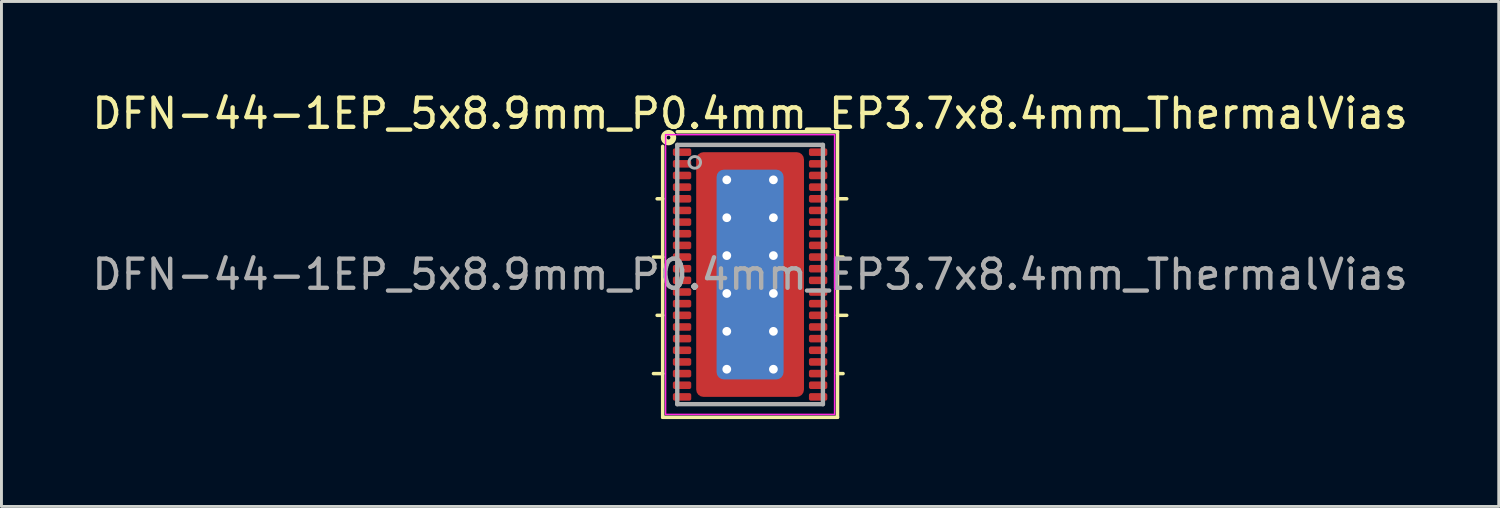
<source format=kicad_pcb>
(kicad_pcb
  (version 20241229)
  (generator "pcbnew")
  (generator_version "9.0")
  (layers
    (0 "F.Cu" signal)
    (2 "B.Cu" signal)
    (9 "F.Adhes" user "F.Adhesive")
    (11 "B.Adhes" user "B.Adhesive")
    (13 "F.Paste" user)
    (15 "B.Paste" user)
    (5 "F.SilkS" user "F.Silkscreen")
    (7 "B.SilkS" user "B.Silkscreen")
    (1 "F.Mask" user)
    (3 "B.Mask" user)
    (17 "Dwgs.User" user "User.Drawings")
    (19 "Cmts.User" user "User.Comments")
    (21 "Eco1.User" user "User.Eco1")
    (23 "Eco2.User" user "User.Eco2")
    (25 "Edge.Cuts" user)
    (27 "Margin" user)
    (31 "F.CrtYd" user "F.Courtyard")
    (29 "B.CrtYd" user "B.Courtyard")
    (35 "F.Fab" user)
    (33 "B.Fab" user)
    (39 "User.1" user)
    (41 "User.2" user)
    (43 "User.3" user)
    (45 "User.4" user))
  (footprint "DFN-44-1EP_5x8.9mm_P0.4mm_EP3.7x8.4mm_ThermalVias"
    (layer "F.Cu")
    (at 22.696 6.373)
    (property "Reference" "DFN-44-1EP_5x8.9mm_P0.4mm_EP3.7x8.4mm_ThermalVias" (at 0 -5.525 0) (layer "F.SilkS") (effects (font (size 1 1) (thickness 0.15))))
    (attr smd)
    (fp_line (start -3 -2.6) (end -3.191 -2.6) (stroke (width 0.12) (type solid)) (layer "F.SilkS"))
    (fp_line (start -3 -0.6) (end -3.317 -0.6) (stroke (width 0.12) (type solid)) (layer "F.SilkS"))
    (fp_line (start -3 1.4) (end -3.191 1.4) (stroke (width 0.12) (type solid)) (layer "F.SilkS"))
    (fp_line (start -3 3.4) (end -3.317 3.4) (stroke (width 0.12) (type solid)) (layer "F.SilkS"))
    (fp_line (start -3 4.9) (end -3 -4.4) (stroke (width 0.12) (type solid)) (layer "F.SilkS"))
    (fp_line (start -2.5 -4.9) (end 3 -4.9) (stroke (width 0.12) (type solid)) (layer "F.SilkS"))
    (fp_line (start 3 -4.9) (end 3 4.9) (stroke (width 0.12) (type solid)) (layer "F.SilkS"))
    (fp_line (start 3 -2.6) (end 3.317 -2.6) (stroke (width 0.12) (type solid)) (layer "F.SilkS"))
    (fp_line (start 3 -0.6) (end 3.191 -0.6) (stroke (width 0.12) (type solid)) (layer "F.SilkS"))
    (fp_line (start 3 1.4) (end 3.317 1.4) (stroke (width 0.12) (type solid)) (layer "F.SilkS"))
    (fp_line (start 3 3.4) (end 3.191 3.4) (stroke (width 0.12) (type solid)) (layer "F.SilkS"))
    (fp_line (start 3 4.9) (end -3 4.9) (stroke (width 0.12) (type solid)) (layer "F.SilkS"))
    (fp_circle (center -2.8 -4.7) (end -2.736 -4.7) (stroke (width 0.2) (type solid)) (fill no) (layer "F.SilkS"))
    (fp_line (start -2.9 -4.8) (end -2.9 4.8) (stroke (width 0.05) (type solid)) (layer "F.CrtYd"))
    (fp_line (start -2.9 -4.8) (end 2.9 -4.8) (stroke (width 0.05) (type solid)) (layer "F.CrtYd"))
    (fp_line (start -2.9 4.8) (end 2.9 4.8) (stroke (width 0.05) (type solid)) (layer "F.CrtYd"))
    (fp_line (start 2.9 -4.8) (end 2.9 4.8) (stroke (width 0.05) (type solid)) (layer "F.CrtYd"))
    (fp_line (start -2.5 -4.45) (end 2.5 -4.45) (stroke (width 0.15) (type solid)) (layer "F.Fab"))
    (fp_line (start -2.5 4.45) (end -2.5 -4.45) (stroke (width 0.15) (type solid)) (layer "F.Fab"))
    (fp_line (start 2.5 -4.45) (end 2.5 4.45) (stroke (width 0.15) (type solid)) (layer "F.Fab"))
    (fp_line (start 2.5 4.45) (end -2.5 4.45) (stroke (width 0.15) (type solid)) (layer "F.Fab"))
    (fp_circle (center -1.9 -3.85) (end -1.7 -3.85) (stroke (width 0.1) (type solid)) (fill no) (layer "F.Fab"))
    (fp_text user "${REFERENCE}" (at 0 0 0) (layer "F.Fab") (effects (font (size 1 1) (thickness 0.15))))
    (pad "" smd roundrect (at -1.325 -3.725) (size 0.85 0.75) (layers "F.Paste") (roundrect_rratio 0.25))
    (pad "" smd roundrect (at -1.325 -2.6) (size 0.85 1.1) (layers "F.Paste") (roundrect_rratio 0.25))
    (pad "" smd roundrect (at -1.325 -1.3) (size 0.85 1.1) (layers "F.Paste") (roundrect_rratio 0.25))
    (pad "" smd roundrect (at -1.325 0) (size 0.85 1.1) (layers "F.Paste") (roundrect_rratio 0.25))
    (pad "" smd roundrect (at -1.325 1.3) (size 0.85 1.1) (layers "F.Paste") (roundrect_rratio 0.25))
    (pad "" smd roundrect (at -1.325 2.6) (size 0.85 1.1) (layers "F.Paste") (roundrect_rratio 0.25))
    (pad "" smd roundrect (at -1.325 3.725) (size 0.85 0.75) (layers "F.Paste") (roundrect_rratio 0.25))
    (pad "" smd roundrect (at 0 -3.725) (size 1.4 0.75) (layers "F.Paste") (roundrect_rratio 0.25))
    (pad "" smd roundrect (at 0 -2.6) (size 1.4 1.1) (layers "F.Paste") (roundrect_rratio 0.227))
    (pad "" smd roundrect (at 0 -1.3) (size 1.4 1.1) (layers "F.Paste") (roundrect_rratio 0.227))
    (pad "" smd roundrect (at 0 0) (size 1.4 1.1) (layers "F.Paste") (roundrect_rratio 0.227))
    (pad "" smd roundrect (at 0 1.3) (size 1.4 1.1) (layers "F.Paste") (roundrect_rratio 0.227))
    (pad "" smd roundrect (at 0 2.6) (size 1.4 1.1) (layers "F.Paste") (roundrect_rratio 0.227))
    (pad "" smd roundrect (at 0 3.725) (size 1.4 0.75) (layers "F.Paste") (roundrect_rratio 0.25))
    (pad "" smd roundrect (at 1.325 -3.725) (size 0.85 0.75) (layers "F.Paste") (roundrect_rratio 0.25))
    (pad "" smd roundrect (at 1.325 -2.6) (size 0.85 1.1) (layers "F.Paste") (roundrect_rratio 0.25))
    (pad "" smd roundrect (at 1.325 -1.3) (size 0.85 1.1) (layers "F.Paste") (roundrect_rratio 0.25))
    (pad "" smd roundrect (at 1.325 0) (size 0.85 1.1) (layers "F.Paste") (roundrect_rratio 0.25))
    (pad "" smd roundrect (at 1.325 1.3) (size 0.85 1.1) (layers "F.Paste") (roundrect_rratio 0.25))
    (pad "" smd roundrect (at 1.325 2.6) (size 0.85 1.1) (layers "F.Paste") (roundrect_rratio 0.25))
    (pad "" smd roundrect (at 1.325 3.725) (size 0.85 0.75) (layers "F.Paste") (roundrect_rratio 0.25))
    (pad "1" smd roundrect (at -2.335 -4.2) (size 0.63 0.26) (layers "F.Cu" "F.Mask" "F.Paste") (roundrect_rratio 0.25))
    (pad "2" smd roundrect (at -2.335 -3.8) (size 0.63 0.26) (layers "F.Cu" "F.Mask" "F.Paste") (roundrect_rratio 0.25))
    (pad "3" smd roundrect (at -2.335 -3.4) (size 0.63 0.26) (layers "F.Cu" "F.Mask" "F.Paste") (roundrect_rratio 0.25))
    (pad "4" smd roundrect (at -2.335 -3) (size 0.63 0.26) (layers "F.Cu" "F.Mask" "F.Paste") (roundrect_rratio 0.25))
    (pad "5" smd roundrect (at -2.335 -2.6) (size 0.63 0.26) (layers "F.Cu" "F.Mask" "F.Paste") (roundrect_rratio 0.25))
    (pad "6" smd roundrect (at -2.335 -2.2) (size 0.63 0.26) (layers "F.Cu" "F.Mask" "F.Paste") (roundrect_rratio 0.25))
    (pad "7" smd roundrect (at -2.335 -1.8) (size 0.63 0.26) (layers "F.Cu" "F.Mask" "F.Paste") (roundrect_rratio 0.25))
    (pad "8" smd roundrect (at -2.335 -1.4) (size 0.63 0.26) (layers "F.Cu" "F.Mask" "F.Paste") (roundrect_rratio 0.25))
    (pad "9" smd roundrect (at -2.335 -1) (size 0.63 0.26) (layers "F.Cu" "F.Mask" "F.Paste") (roundrect_rratio 0.25))
    (pad "10" smd roundrect (at -2.335 -0.6) (size 0.63 0.26) (layers "F.Cu" "F.Mask" "F.Paste") (roundrect_rratio 0.25))
    (pad "11" smd roundrect (at -2.335 -0.2) (size 0.63 0.26) (layers "F.Cu" "F.Mask" "F.Paste") (roundrect_rratio 0.25))
    (pad "12" smd roundrect (at -2.335 0.2) (size 0.63 0.26) (layers "F.Cu" "F.Mask" "F.Paste") (roundrect_rratio 0.25))
    (pad "13" smd roundrect (at -2.335 0.6) (size 0.63 0.26) (layers "F.Cu" "F.Mask" "F.Paste") (roundrect_rratio 0.25))
    (pad "14" smd roundrect (at -2.335 1) (size 0.63 0.26) (layers "F.Cu" "F.Mask" "F.Paste") (roundrect_rratio 0.25))
    (pad "15" smd roundrect (at -2.335 1.4) (size 0.63 0.26) (layers "F.Cu" "F.Mask" "F.Paste") (roundrect_rratio 0.25))
    (pad "16" smd roundrect (at -2.335 1.8) (size 0.63 0.26) (layers "F.Cu" "F.Mask" "F.Paste") (roundrect_rratio 0.25))
    (pad "17" smd roundrect (at -2.335 2.2) (size 0.63 0.26) (layers "F.Cu" "F.Mask" "F.Paste") (roundrect_rratio 0.25))
    (pad "18" smd roundrect (at -2.335 2.6) (size 0.63 0.26) (layers "F.Cu" "F.Mask" "F.Paste") (roundrect_rratio 0.25))
    (pad "19" smd roundrect (at -2.335 3) (size 0.63 0.26) (layers "F.Cu" "F.Mask" "F.Paste") (roundrect_rratio 0.25))
    (pad "20" smd roundrect (at -2.335 3.4) (size 0.63 0.26) (layers "F.Cu" "F.Mask" "F.Paste") (roundrect_rratio 0.25))
    (pad "21" smd roundrect (at -2.335 3.8) (size 0.63 0.26) (layers "F.Cu" "F.Mask" "F.Paste") (roundrect_rratio 0.25))
    (pad "22" smd roundrect (at -2.335 4.2) (size 0.63 0.26) (layers "F.Cu" "F.Mask" "F.Paste") (roundrect_rratio 0.25))
    (pad "23" smd roundrect (at 2.335 4.2) (size 0.63 0.26) (layers "F.Cu" "F.Mask" "F.Paste") (roundrect_rratio 0.25))
    (pad "24" smd roundrect (at 2.335 3.8) (size 0.63 0.26) (layers "F.Cu" "F.Mask" "F.Paste") (roundrect_rratio 0.25))
    (pad "25" smd roundrect (at 2.335 3.4) (size 0.63 0.26) (layers "F.Cu" "F.Mask" "F.Paste") (roundrect_rratio 0.25))
    (pad "26" smd roundrect (at 2.335 3) (size 0.63 0.26) (layers "F.Cu" "F.Mask" "F.Paste") (roundrect_rratio 0.25))
    (pad "27" smd roundrect (at 2.335 2.6) (size 0.63 0.26) (layers "F.Cu" "F.Mask" "F.Paste") (roundrect_rratio 0.25))
    (pad "28" smd roundrect (at 2.335 2.2) (size 0.63 0.26) (layers "F.Cu" "F.Mask" "F.Paste") (roundrect_rratio 0.25))
    (pad "29" smd roundrect (at 2.335 1.8) (size 0.63 0.26) (layers "F.Cu" "F.Mask" "F.Paste") (roundrect_rratio 0.25))
    (pad "30" smd roundrect (at 2.335 1.4) (size 0.63 0.26) (layers "F.Cu" "F.Mask" "F.Paste") (roundrect_rratio 0.25))
    (pad "31" smd roundrect (at 2.335 1) (size 0.63 0.26) (layers "F.Cu" "F.Mask" "F.Paste") (roundrect_rratio 0.25))
    (pad "32" smd roundrect (at 2.335 0.6) (size 0.63 0.26) (layers "F.Cu" "F.Mask" "F.Paste") (roundrect_rratio 0.25))
    (pad "33" smd roundrect (at 2.335 0.2) (size 0.63 0.26) (layers "F.Cu" "F.Mask" "F.Paste") (roundrect_rratio 0.25))
    (pad "34" smd roundrect (at 2.335 -0.2) (size 0.63 0.26) (layers "F.Cu" "F.Mask" "F.Paste") (roundrect_rratio 0.25))
    (pad "35" smd roundrect (at 2.335 -0.6) (size 0.63 0.26) (layers "F.Cu" "F.Mask" "F.Paste") (roundrect_rratio 0.25))
    (pad "36" smd roundrect (at 2.335 -1) (size 0.63 0.26) (layers "F.Cu" "F.Mask" "F.Paste") (roundrect_rratio 0.25))
    (pad "37" smd roundrect (at 2.335 -1.4) (size 0.63 0.26) (layers "F.Cu" "F.Mask" "F.Paste") (roundrect_rratio 0.25))
    (pad "38" smd roundrect (at 2.335 -1.8) (size 0.63 0.26) (layers "F.Cu" "F.Mask" "F.Paste") (roundrect_rratio 0.25))
    (pad "39" smd roundrect (at 2.335 -2.2) (size 0.63 0.26) (layers "F.Cu" "F.Mask" "F.Paste") (roundrect_rratio 0.25))
    (pad "40" smd roundrect (at 2.335 -2.6) (size 0.63 0.26) (layers "F.Cu" "F.Mask" "F.Paste") (roundrect_rratio 0.25))
    (pad "41" smd roundrect (at 2.335 -3) (size 0.63 0.26) (layers "F.Cu" "F.Mask" "F.Paste") (roundrect_rratio 0.25))
    (pad "42" smd roundrect (at 2.335 -3.4) (size 0.63 0.26) (layers "F.Cu" "F.Mask" "F.Paste") (roundrect_rratio 0.25))
    (pad "43" smd roundrect (at 2.335 -3.8) (size 0.63 0.26) (layers "F.Cu" "F.Mask" "F.Paste") (roundrect_rratio 0.25))
    (pad "44" smd roundrect (at 2.335 -4.2) (size 0.63 0.26) (layers "F.Cu" "F.Mask" "F.Paste") (roundrect_rratio 0.25))
    (pad "45" thru_hole circle (at -0.8 -3.25) (size 0.65 0.65) (drill 0.3) (property pad_prop_heatsink) (layers "*.Cu"))
    (pad "45" thru_hole circle (at -0.8 -1.95) (size 0.65 0.65) (drill 0.3) (property pad_prop_heatsink) (layers "*.Cu"))
    (pad "45" thru_hole circle (at -0.8 -0.65) (size 0.65 0.65) (drill 0.3) (property pad_prop_heatsink) (layers "*.Cu"))
    (pad "45" thru_hole circle (at -0.8 0.65) (size 0.65 0.65) (drill 0.3) (property pad_prop_heatsink) (layers "*.Cu"))
    (pad "45" thru_hole circle (at -0.8 1.95) (size 0.65 0.65) (drill 0.3) (property pad_prop_heatsink) (layers "*.Cu"))
    (pad "45" thru_hole circle (at -0.8 3.25) (size 0.65 0.65) (drill 0.3) (property pad_prop_heatsink) (layers "*.Cu"))
    (pad "45" smd roundrect (at 0 0) (size 2.3 7.2) (layers "B.Cu" "B.Mask") (roundrect_rratio 0.109))
    (pad "45" smd roundrect (at 0 0) (size 3.7 8.4) (layers "F.Cu" "F.Mask") (roundrect_rratio 0.068))
    (pad "45" thru_hole circle (at 0.8 -3.25) (size 0.65 0.65) (drill 0.3) (property pad_prop_heatsink) (layers "*.Cu"))
    (pad "45" thru_hole circle (at 0.8 -1.95) (size 0.65 0.65) (drill 0.3) (property pad_prop_heatsink) (layers "*.Cu"))
    (pad "45" thru_hole circle (at 0.8 -0.65) (size 0.65 0.65) (drill 0.3) (property pad_prop_heatsink) (layers "*.Cu"))
    (pad "45" thru_hole circle (at 0.8 0.65) (size 0.65 0.65) (drill 0.3) (property pad_prop_heatsink) (layers "*.Cu"))
    (pad "45" thru_hole circle (at 0.8 1.95) (size 0.65 0.65) (drill 0.3) (property pad_prop_heatsink) (layers "*.Cu"))
    (pad "45" thru_hole circle (at 0.8 3.25) (size 0.65 0.65) (drill 0.3) (property pad_prop_heatsink) (layers "*.Cu")))
  (gr_rect
    (start -3 -3)
    (end 48.393 14.333)
    (stroke (width 0.1) (type default))
    (fill no)
    (layer "Edge.Cuts")))
</source>
